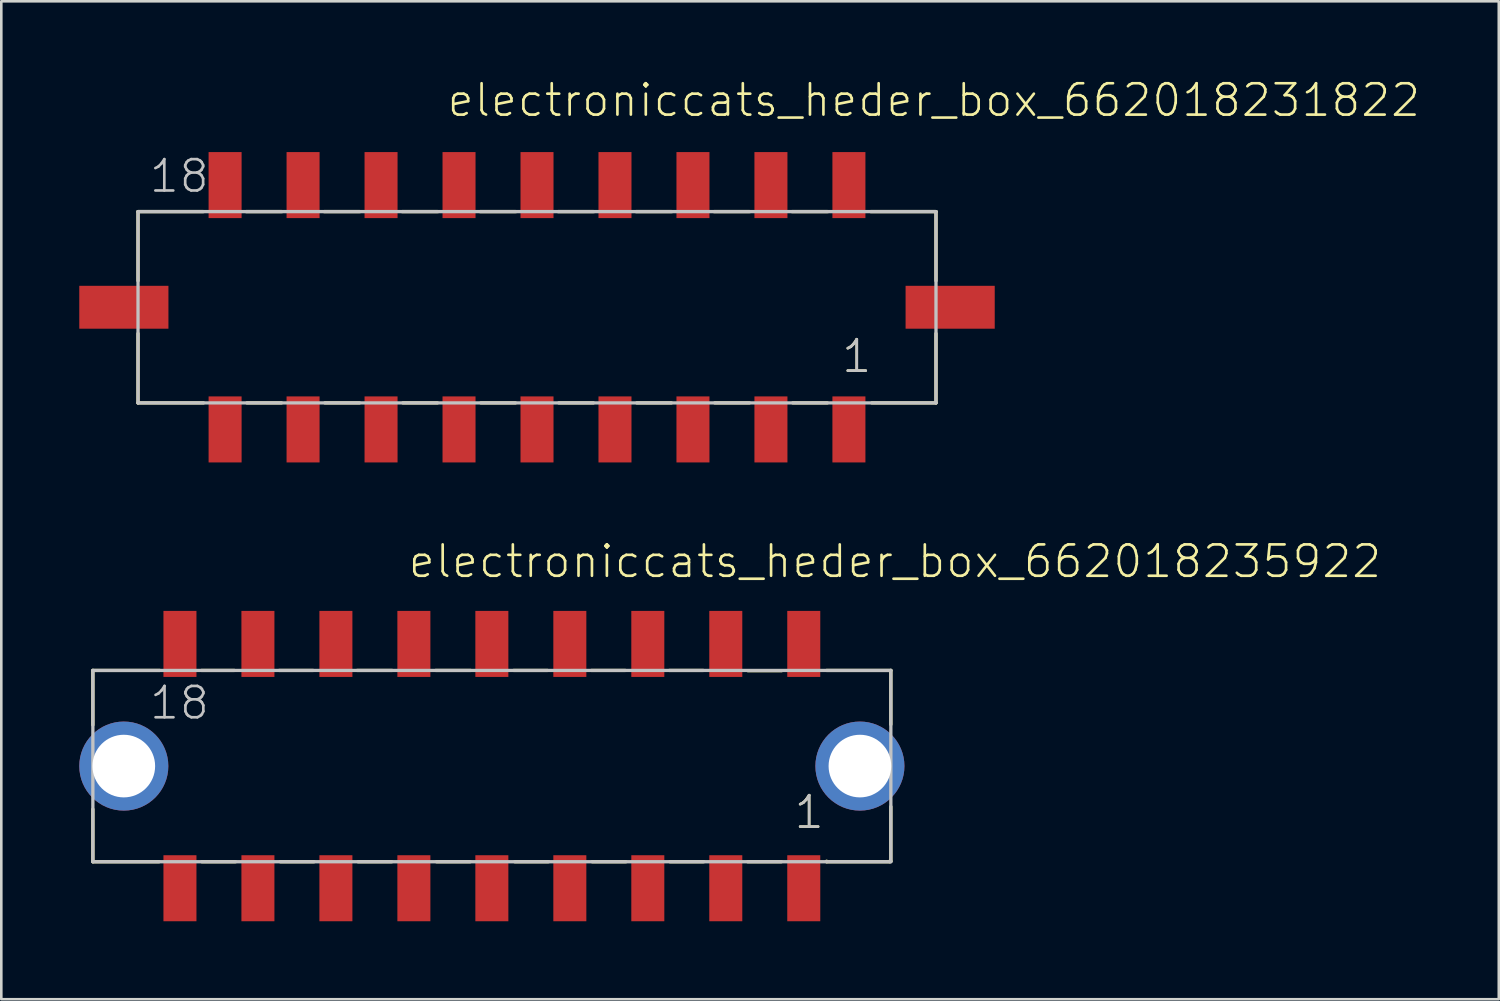
<source format=kicad_pcb>
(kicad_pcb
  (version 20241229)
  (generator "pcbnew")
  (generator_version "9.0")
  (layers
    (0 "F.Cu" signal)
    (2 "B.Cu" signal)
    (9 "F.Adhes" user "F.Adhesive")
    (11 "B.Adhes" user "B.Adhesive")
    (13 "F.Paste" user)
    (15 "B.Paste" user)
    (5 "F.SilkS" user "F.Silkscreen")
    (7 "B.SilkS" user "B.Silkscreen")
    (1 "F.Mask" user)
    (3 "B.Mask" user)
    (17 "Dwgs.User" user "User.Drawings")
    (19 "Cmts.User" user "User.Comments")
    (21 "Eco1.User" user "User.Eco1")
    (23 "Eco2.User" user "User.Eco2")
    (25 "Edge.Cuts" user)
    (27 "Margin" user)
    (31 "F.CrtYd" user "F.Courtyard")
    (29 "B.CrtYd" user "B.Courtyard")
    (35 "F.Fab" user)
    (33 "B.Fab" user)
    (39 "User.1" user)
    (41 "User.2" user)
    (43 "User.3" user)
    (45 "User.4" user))
  (footprint "electroniccats_heder_box_662018235922"
    (layer "F.Cu")
    (at 15.873 26.423)
    (property "Reference" "electroniccats_heder_box_662018235922" (at -3.28 -7.17 0) (layer "F.SilkS") (effects (font (size 1.206 1.206) (thickness 0.102)) (justify left bottom)))
    (attr through_hole)
    (fp_line (start -15.35 -3.68) (end -15.35 -1.58) (stroke (width 0.127) (type solid)) (layer "F.SilkS"))
    (fp_line (start -15.35 1.66) (end -15.35 3.68) (stroke (width 0.127) (type solid)) (layer "F.SilkS"))
    (fp_line (start -15.35 3.68) (end -12.8 3.68) (stroke (width 0.127) (type solid)) (layer "F.SilkS"))
    (fp_line (start -12.78 -3.68) (end -15.35 -3.68) (stroke (width 0.127) (type solid)) (layer "F.SilkS"))
    (fp_line (start -11.17 -3.68) (end -9.91 -3.68) (stroke (width 0.127) (type solid)) (layer "F.SilkS"))
    (fp_line (start -11.16 3.68) (end -9.86 3.68) (stroke (width 0.127) (type solid)) (layer "F.SilkS"))
    (fp_line (start -8.18 -3.68) (end -6.88 -3.68) (stroke (width 0.127) (type solid)) (layer "F.SilkS"))
    (fp_line (start -8.14 3.68) (end -6.84 3.68) (stroke (width 0.127) (type solid)) (layer "F.SilkS"))
    (fp_line (start -5.18 -3.68) (end -3.84 -3.68) (stroke (width 0.127) (type solid)) (layer "F.SilkS"))
    (fp_line (start -5.15 3.68) (end -3.85 3.68) (stroke (width 0.127) (type solid)) (layer "F.SilkS"))
    (fp_line (start -2.16 -3.68) (end -0.82 -3.68) (stroke (width 0.127) (type solid)) (layer "F.SilkS"))
    (fp_line (start -2.13 3.68) (end -0.83 3.68) (stroke (width 0.127) (type solid)) (layer "F.SilkS"))
    (fp_line (start 0.84 -3.68) (end 2.14 -3.68) (stroke (width 0.127) (type solid)) (layer "F.SilkS"))
    (fp_line (start 0.88 3.68) (end 2.18 3.68) (stroke (width 0.127) (type solid)) (layer "F.SilkS"))
    (fp_line (start 3.83 -3.68) (end 5.13 -3.68) (stroke (width 0.127) (type solid)) (layer "F.SilkS"))
    (fp_line (start 3.86 3.68) (end 5.16 3.68) (stroke (width 0.127) (type solid)) (layer "F.SilkS"))
    (fp_line (start 6.83 -3.68) (end 8.13 -3.68) (stroke (width 0.127) (type solid)) (layer "F.SilkS"))
    (fp_line (start 6.85 3.68) (end 8.15 3.68) (stroke (width 0.127) (type solid)) (layer "F.SilkS"))
    (fp_line (start 9.84 3.68) (end 11.14 3.68) (stroke (width 0.127) (type solid)) (layer "F.SilkS"))
    (fp_line (start 9.85 -3.67) (end 11.15 -3.67) (stroke (width 0.127) (type solid)) (layer "F.SilkS"))
    (fp_line (start 12.88 -3.68) (end 15.35 -3.68) (stroke (width 0.127) (type solid)) (layer "F.SilkS"))
    (fp_line (start 12.88 3.68) (end 12.88 3.66) (stroke (width 0.127) (type solid)) (layer "F.SilkS"))
    (fp_line (start 15.31 3.66) (end 15.31 3.68) (stroke (width 0.127) (type solid)) (layer "F.SilkS"))
    (fp_line (start 15.31 3.68) (end 12.88 3.68) (stroke (width 0.127) (type solid)) (layer "F.SilkS"))
    (fp_line (start 15.35 -3.68) (end 15.35 -1.6) (stroke (width 0.127) (type solid)) (layer "F.SilkS"))
    (fp_line (start 15.35 1.56) (end 15.35 3.66) (stroke (width 0.127) (type solid)) (layer "F.SilkS"))
    (fp_line (start 15.35 3.66) (end 15.31 3.66) (stroke (width 0.127) (type solid)) (layer "F.SilkS"))
    (fp_line (start -15.35 -3.68) (end 15.35 -3.68) (stroke (width 0.127) (type solid)) (layer "Dwgs.User"))
    (fp_line (start -15.35 3.68) (end -15.35 -3.68) (stroke (width 0.127) (type solid)) (layer "Dwgs.User"))
    (fp_line (start 15.35 -3.68) (end 15.35 3.68) (stroke (width 0.127) (type solid)) (layer "Dwgs.User"))
    (fp_line (start 15.35 3.68) (end -15.35 3.68) (stroke (width 0.127) (type solid)) (layer "Dwgs.User"))
    (fp_text user "1" (at 11.565 2.48 0) (layer "F.SilkS") (effects (font (size 1.206 1.206) (thickness 0.102)) (justify left bottom)))
    (fp_text user "18" (at -13.235 -1.725 0) (layer "Dwgs.User") (effects (font (size 1.206 1.206) (thickness 0.102)) (justify left bottom)))
    (fp_text user "1" (at 11.565 2.48 0) (layer "Dwgs.User") (effects (font (size 1.206 1.206) (thickness 0.102)) (justify left bottom)))
    (pad "1" smd rect (at 12 4.7 90) (size 2.54 1.27) (layers "F.Cu" "F.Mask" "F.Paste"))
    (pad "2" smd rect (at 9 4.7 90) (size 2.54 1.27) (layers "F.Cu" "F.Mask" "F.Paste"))
    (pad "3" smd rect (at 6 4.7 90) (size 2.54 1.27) (layers "F.Cu" "F.Mask" "F.Paste"))
    (pad "4" smd rect (at 3 4.7 90) (size 2.54 1.27) (layers "F.Cu" "F.Mask" "F.Paste"))
    (pad "5" smd rect (at 0 4.7 90) (size 2.54 1.27) (layers "F.Cu" "F.Mask" "F.Paste"))
    (pad "6" smd rect (at -3 4.7 90) (size 2.54 1.27) (layers "F.Cu" "F.Mask" "F.Paste"))
    (pad "7" smd rect (at -6 4.7 90) (size 2.54 1.27) (layers "F.Cu" "F.Mask" "F.Paste"))
    (pad "8" smd rect (at -9 4.7 90) (size 2.54 1.27) (layers "F.Cu" "F.Mask" "F.Paste"))
    (pad "9" smd rect (at -12 4.7 90) (size 2.54 1.27) (layers "F.Cu" "F.Mask" "F.Paste"))
    (pad "10" smd rect (at 12 -4.7 90) (size 2.54 1.27) (layers "F.Cu" "F.Mask" "F.Paste"))
    (pad "11" smd rect (at 9 -4.7 90) (size 2.54 1.27) (layers "F.Cu" "F.Mask" "F.Paste"))
    (pad "12" smd rect (at 6 -4.7 90) (size 2.54 1.27) (layers "F.Cu" "F.Mask" "F.Paste"))
    (pad "13" smd rect (at 3 -4.7 90) (size 2.54 1.27) (layers "F.Cu" "F.Mask" "F.Paste"))
    (pad "14" smd rect (at 0 -4.7 90) (size 2.54 1.27) (layers "F.Cu" "F.Mask" "F.Paste"))
    (pad "15" smd rect (at -3 -4.7 90) (size 2.54 1.27) (layers "F.Cu" "F.Mask" "F.Paste"))
    (pad "16" smd rect (at -6 -4.7 90) (size 2.54 1.27) (layers "F.Cu" "F.Mask" "F.Paste"))
    (pad "17" smd rect (at -9 -4.7 90) (size 2.54 1.27) (layers "F.Cu" "F.Mask" "F.Paste"))
    (pad "18" smd rect (at -12 -4.7 90) (size 2.54 1.27) (layers "F.Cu" "F.Mask" "F.Paste"))
    (pad "Z1" thru_hole circle (at -14.16 0) (size 3.426 3.426) (drill 2.41) (layers "*.Cu" "*.Mask"))
    (pad "Z2" thru_hole circle (at 14.16 0) (size 3.426 3.426) (drill 2.41) (layers "*.Cu" "*.Mask")))
  (footprint "electroniccats_heder_box_662018231822"
    (layer "F.Cu")
    (at 17.61 8.771)
    (property "Reference" "electroniccats_heder_box_662018231822" (at -3.52 -7.26 0) (layer "F.SilkS") (effects (font (size 1.206 1.206) (thickness 0.102)) (justify left bottom)))
    (attr through_hole)
    (fp_line (start -15.35 -3.68) (end -15.35 -1.02) (stroke (width 0.127) (type solid)) (layer "F.SilkS"))
    (fp_line (start -15.35 1.01) (end -15.35 3.68) (stroke (width 0.127) (type solid)) (layer "F.SilkS"))
    (fp_line (start -12.83 -3.68) (end -15.35 -3.68) (stroke (width 0.127) (type solid)) (layer "F.SilkS"))
    (fp_line (start -12.83 3.68) (end -15.35 3.68) (stroke (width 0.127) (type solid)) (layer "F.SilkS"))
    (fp_line (start -11.19 -3.68) (end -9.81 -3.68) (stroke (width 0.127) (type solid)) (layer "F.SilkS"))
    (fp_line (start -11.16 3.68) (end -9.83 3.68) (stroke (width 0.127) (type solid)) (layer "F.SilkS"))
    (fp_line (start -8.19 -3.68) (end -6.81 -3.68) (stroke (width 0.127) (type solid)) (layer "F.SilkS"))
    (fp_line (start -8.16 3.68) (end -6.83 3.68) (stroke (width 0.127) (type solid)) (layer "F.SilkS"))
    (fp_line (start -5.19 -3.68) (end -3.81 -3.68) (stroke (width 0.127) (type solid)) (layer "F.SilkS"))
    (fp_line (start -5.16 3.68) (end -3.83 3.68) (stroke (width 0.127) (type solid)) (layer "F.SilkS"))
    (fp_line (start -2.19 -3.68) (end -0.81 -3.68) (stroke (width 0.127) (type solid)) (layer "F.SilkS"))
    (fp_line (start -2.16 3.68) (end -0.83 3.68) (stroke (width 0.127) (type solid)) (layer "F.SilkS"))
    (fp_line (start 0.81 -3.68) (end 2.19 -3.68) (stroke (width 0.127) (type solid)) (layer "F.SilkS"))
    (fp_line (start 0.84 3.68) (end 2.17 3.68) (stroke (width 0.127) (type solid)) (layer "F.SilkS"))
    (fp_line (start 3.81 -3.68) (end 5.19 -3.68) (stroke (width 0.127) (type solid)) (layer "F.SilkS"))
    (fp_line (start 3.84 3.68) (end 5.17 3.68) (stroke (width 0.127) (type solid)) (layer "F.SilkS"))
    (fp_line (start 6.81 -3.68) (end 8.19 -3.68) (stroke (width 0.127) (type solid)) (layer "F.SilkS"))
    (fp_line (start 6.84 3.68) (end 8.17 3.68) (stroke (width 0.127) (type solid)) (layer "F.SilkS"))
    (fp_line (start 9.81 -3.68) (end 11.19 -3.68) (stroke (width 0.127) (type solid)) (layer "F.SilkS"))
    (fp_line (start 9.84 3.68) (end 11.17 3.68) (stroke (width 0.127) (type solid)) (layer "F.SilkS"))
    (fp_line (start 12.84 -3.68) (end 15.35 -3.68) (stroke (width 0.127) (type solid)) (layer "F.SilkS"))
    (fp_line (start 15.35 -3.68) (end 15.35 -1.02) (stroke (width 0.127) (type solid)) (layer "F.SilkS"))
    (fp_line (start 15.35 1.01) (end 15.35 3.68) (stroke (width 0.127) (type solid)) (layer "F.SilkS"))
    (fp_line (start 15.35 3.68) (end 12.88 3.68) (stroke (width 0.127) (type solid)) (layer "F.SilkS"))
    (fp_line (start -15.35 -3.68) (end 15.35 -3.68) (stroke (width 0.127) (type solid)) (layer "Dwgs.User"))
    (fp_line (start -15.35 3.68) (end -15.35 -3.68) (stroke (width 0.127) (type solid)) (layer "Dwgs.User"))
    (fp_line (start 15.35 -3.68) (end 15.35 3.68) (stroke (width 0.127) (type solid)) (layer "Dwgs.User"))
    (fp_line (start 15.35 3.68) (end -15.35 3.68) (stroke (width 0.127) (type solid)) (layer "Dwgs.User"))
    (fp_text user "1" (at 11.66 2.59 0) (layer "F.SilkS") (effects (font (size 1.206 1.206) (thickness 0.102)) (justify left bottom)))
    (fp_text user "1" (at 11.66 2.59 0) (layer "Dwgs.User") (effects (font (size 1.206 1.206) (thickness 0.102)) (justify left bottom)))
    (fp_text user "18" (at -14.98 -4.34 0) (layer "Dwgs.User") (effects (font (size 1.206 1.206) (thickness 0.102)) (justify left bottom)))
    (pad "1" smd rect (at 12 4.7 90) (size 2.54 1.27) (layers "F.Cu" "F.Mask" "F.Paste"))
    (pad "2" smd rect (at 9 4.7 90) (size 2.54 1.27) (layers "F.Cu" "F.Mask" "F.Paste"))
    (pad "3" smd rect (at 6 4.7 90) (size 2.54 1.27) (layers "F.Cu" "F.Mask" "F.Paste"))
    (pad "4" smd rect (at 3 4.7 90) (size 2.54 1.27) (layers "F.Cu" "F.Mask" "F.Paste"))
    (pad "5" smd rect (at 0 4.7 90) (size 2.54 1.27) (layers "F.Cu" "F.Mask" "F.Paste"))
    (pad "6" smd rect (at -3 4.7 90) (size 2.54 1.27) (layers "F.Cu" "F.Mask" "F.Paste"))
    (pad "7" smd rect (at -6 4.7 90) (size 2.54 1.27) (layers "F.Cu" "F.Mask" "F.Paste"))
    (pad "8" smd rect (at -9 4.7 90) (size 2.54 1.27) (layers "F.Cu" "F.Mask" "F.Paste"))
    (pad "9" smd rect (at -12 4.7 90) (size 2.54 1.27) (layers "F.Cu" "F.Mask" "F.Paste"))
    (pad "10" smd rect (at 12 -4.7 90) (size 2.54 1.27) (layers "F.Cu" "F.Mask" "F.Paste"))
    (pad "11" smd rect (at 9 -4.7 90) (size 2.54 1.27) (layers "F.Cu" "F.Mask" "F.Paste"))
    (pad "12" smd rect (at 6 -4.7 90) (size 2.54 1.27) (layers "F.Cu" "F.Mask" "F.Paste"))
    (pad "13" smd rect (at 3 -4.7 90) (size 2.54 1.27) (layers "F.Cu" "F.Mask" "F.Paste"))
    (pad "14" smd rect (at 0 -4.7 90) (size 2.54 1.27) (layers "F.Cu" "F.Mask" "F.Paste"))
    (pad "15" smd rect (at -3 -4.7 90) (size 2.54 1.27) (layers "F.Cu" "F.Mask" "F.Paste"))
    (pad "16" smd rect (at -6 -4.7 90) (size 2.54 1.27) (layers "F.Cu" "F.Mask" "F.Paste"))
    (pad "17" smd rect (at -9 -4.7 90) (size 2.54 1.27) (layers "F.Cu" "F.Mask" "F.Paste"))
    (pad "18" smd rect (at -12 -4.7 90) (size 2.54 1.27) (layers "F.Cu" "F.Mask" "F.Paste"))
    (pad "M1" smd rect (at 15.895 0 180) (size 3.43 1.65) (layers "F.Cu" "F.Mask" "F.Paste"))
    (pad "M2" smd rect (at -15.895 0 180) (size 3.43 1.65) (layers "F.Cu" "F.Mask" "F.Paste")))
  (gr_rect
    (start -3 -3)
    (end 54.612 35.393)
    (stroke (width 0.1) (type default))
    (fill no)
    (layer "Edge.Cuts")))
</source>
